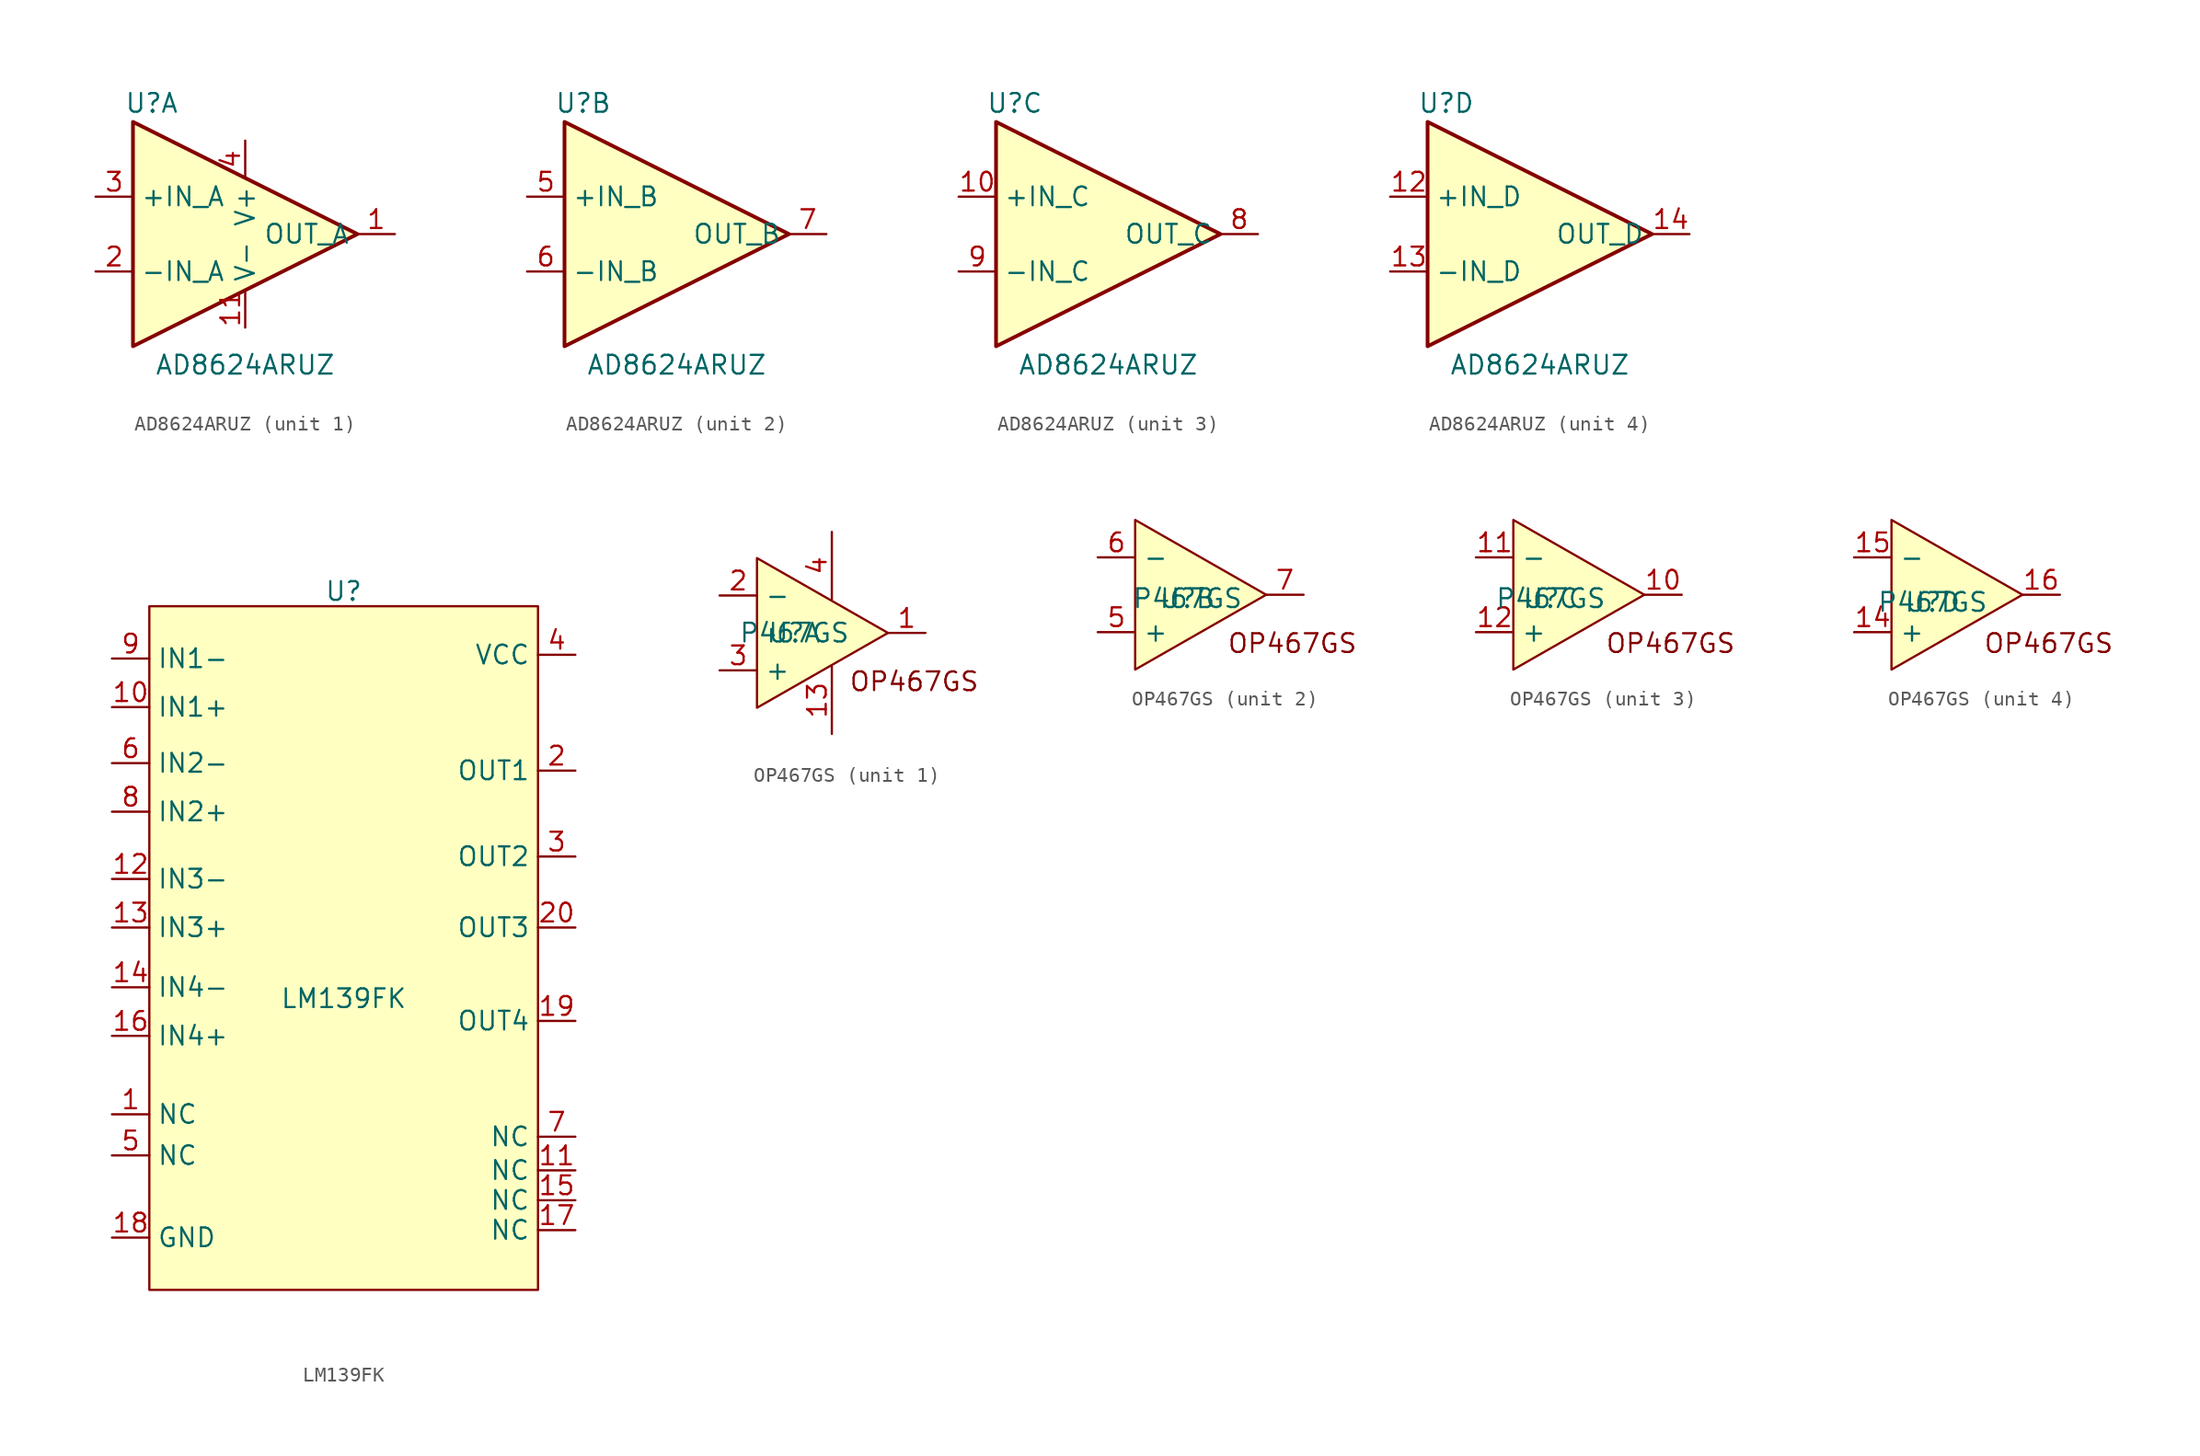
<source format=kicad_sym>
(kicad_symbol_lib
  (version 20231120)
  (generator "kicad_symbol_editor")
  (generator_version "8.0")
  (symbol "AD8624ARUZ"
    (property "Reference" "U"
      (at 0 1.27 0)
      (effects (font (size 1.27 1.27))))
    (property "Value" "AD8624ARUZ"
      (at 6.35 -16.51 0)
      (effects (font (size 1.27 1.27))))
    (property "ki_locked" ""
      (at 0 0 0)
      (effects (font (size 1.27 1.27))))
    (symbol "AD8624ARUZ_0_1"
      (polyline (pts (xy -1.27 0) (xy 13.97 -7.62) (xy -1.27 -15.24) (xy -1.27 0)) (stroke (width 0.254) (type default)) (fill (type background))))
    (symbol "AD8624ARUZ_1_1"
      (pin output line (at 16.51 -7.62 180) (length 2.54) (name "OUT_A" (effects (font (size 1.27 1.27)))) (number "1" (effects (font (size 1.27 1.27)))))
      (pin power_in line (at 6.35 -13.97 90) (length 2.54) (name "V-" (effects (font (size 1.27 1.27)))) (number "11" (effects (font (size 1.27 1.27)))))
      (pin input line (at -3.81 -10.16 0) (length 2.54) (name "-IN_A" (effects (font (size 1.27 1.27)))) (number "2" (effects (font (size 1.27 1.27)))))
      (pin input line (at -3.81 -5.08 0) (length 2.54) (name "+IN_A" (effects (font (size 1.27 1.27)))) (number "3" (effects (font (size 1.27 1.27)))))
      (pin power_in line (at 6.35 -1.27 270) (length 2.54) (name "V+" (effects (font (size 1.27 1.27)))) (number "4" (effects (font (size 1.27 1.27))))))
    (symbol "AD8624ARUZ_2_1"
      (pin input line (at -3.81 -5.08 0) (length 2.54) (name "+IN_B" (effects (font (size 1.27 1.27)))) (number "5" (effects (font (size 1.27 1.27)))))
      (pin input line (at -3.81 -10.16 0) (length 2.54) (name "-IN_B" (effects (font (size 1.27 1.27)))) (number "6" (effects (font (size 1.27 1.27)))))
      (pin output line (at 16.51 -7.62 180) (length 2.54) (name "OUT_B" (effects (font (size 1.27 1.27)))) (number "7" (effects (font (size 1.27 1.27))))))
    (symbol "AD8624ARUZ_3_1"
      (pin input line (at -3.81 -5.08 0) (length 2.54) (name "+IN_C" (effects (font (size 1.27 1.27)))) (number "10" (effects (font (size 1.27 1.27)))))
      (pin output line (at 16.51 -7.62 180) (length 2.54) (name "OUT_C" (effects (font (size 1.27 1.27)))) (number "8" (effects (font (size 1.27 1.27)))))
      (pin input line (at -3.81 -10.16 0) (length 2.54) (name "-IN_C" (effects (font (size 1.27 1.27)))) (number "9" (effects (font (size 1.27 1.27))))))
    (symbol "AD8624ARUZ_4_1"
      (pin input line (at -3.81 -5.08 0) (length 2.54) (name "+IN_D" (effects (font (size 1.27 1.27)))) (number "12" (effects (font (size 1.27 1.27)))))
      (pin input line (at -3.81 -10.16 0) (length 2.54) (name "-IN_D" (effects (font (size 1.27 1.27)))) (number "13" (effects (font (size 1.27 1.27)))))
      (pin output line (at 16.51 -7.62 180) (length 2.54) (name "OUT_D" (effects (font (size 1.27 1.27)))) (number "14" (effects (font (size 1.27 1.27)))))))
  (symbol "LM139FK"
    (property "Reference" "U"
      (at 0 24.13 0)
      (effects (font (size 1.27 1.27))))
    (property "Value" "LM139FK"
      (at 0 -3.556 0)
      (effects (font (size 1.27 1.27))))
    (symbol "LM139FK_1_1"
      (rectangle (start -13.208 23.114) (end 13.208 -23.368) (stroke (width 0) (type default)) (fill (type background)))
      (pin passive line (at -15.748 -11.43 0) (length 2.54) (name "NC" (effects (font (size 1.27 1.27)))) (number "1" (effects (font (size 1.27 1.27)))))
      (pin passive line (at -15.748 16.256 0) (length 2.54) (name "IN1+" (effects (font (size 1.27 1.27)))) (number "10" (effects (font (size 1.27 1.27)))))
      (pin passive line (at 15.748 -15.24 180) (length 2.54) (name "NC" (effects (font (size 1.27 1.27)))) (number "11" (effects (font (size 1.27 1.27)))))
      (pin passive line (at -15.748 4.572 0) (length 2.54) (name "IN3-" (effects (font (size 1.27 1.27)))) (number "12" (effects (font (size 1.27 1.27)))))
      (pin passive line (at -15.748 1.27 0) (length 2.54) (name "IN3+" (effects (font (size 1.27 1.27)))) (number "13" (effects (font (size 1.27 1.27)))))
      (pin passive line (at -15.748 -2.794 0) (length 2.54) (name "IN4-" (effects (font (size 1.27 1.27)))) (number "14" (effects (font (size 1.27 1.27)))))
      (pin passive line (at 15.748 -17.272 180) (length 2.54) (name "NC" (effects (font (size 1.27 1.27)))) (number "15" (effects (font (size 1.27 1.27)))))
      (pin passive line (at -15.748 -6.096 0) (length 2.54) (name "IN4+" (effects (font (size 1.27 1.27)))) (number "16" (effects (font (size 1.27 1.27)))))
      (pin passive line (at 15.748 -19.304 180) (length 2.54) (name "NC" (effects (font (size 1.27 1.27)))) (number "17" (effects (font (size 1.27 1.27)))))
      (pin passive line (at -15.748 -19.812 0) (length 2.54) (name "GND" (effects (font (size 1.27 1.27)))) (number "18" (effects (font (size 1.27 1.27)))))
      (pin passive line (at 15.748 -5.08 180) (length 2.54) (name "OUT4" (effects (font (size 1.27 1.27)))) (number "19" (effects (font (size 1.27 1.27)))))
      (pin passive line (at 15.748 11.938 180) (length 2.54) (name "OUT1" (effects (font (size 1.27 1.27)))) (number "2" (effects (font (size 1.27 1.27)))))
      (pin passive line (at 15.748 1.27 180) (length 2.54) (name "OUT3" (effects (font (size 1.27 1.27)))) (number "20" (effects (font (size 1.27 1.27)))))
      (pin passive line (at 15.748 6.096 180) (length 2.54) (name "OUT2" (effects (font (size 1.27 1.27)))) (number "3" (effects (font (size 1.27 1.27)))))
      (pin passive line (at 15.748 19.812 180) (length 2.54) (name "VCC" (effects (font (size 1.27 1.27)))) (number "4" (effects (font (size 1.27 1.27)))))
      (pin passive line (at -15.748 -14.224 0) (length 2.54) (name "NC" (effects (font (size 1.27 1.27)))) (number "5" (effects (font (size 1.27 1.27)))))
      (pin passive line (at -15.748 12.446 0) (length 2.54) (name "IN2-" (effects (font (size 1.27 1.27)))) (number "6" (effects (font (size 1.27 1.27)))))
      (pin passive line (at 15.748 -12.954 180) (length 2.54) (name "NC" (effects (font (size 1.27 1.27)))) (number "7" (effects (font (size 1.27 1.27)))))
      (pin passive line (at -15.748 9.144 0) (length 2.54) (name "IN2+" (effects (font (size 1.27 1.27)))) (number "8" (effects (font (size 1.27 1.27)))))
      (pin passive line (at -15.748 19.558 0) (length 2.54) (name "IN1-" (effects (font (size 1.27 1.27)))) (number "9" (effects (font (size 1.27 1.27)))))))
  (symbol "OP467GS"
    (property "Reference" "U"
      (at 0 0 0)
      (effects (font (size 1.27 1.27))))
    (property "Value" "P467GS"
      (at 0 0 0)
      (effects (font (size 1.27 1.27))))
    (property "ki_locked" ""
      (at 0 0 0)
      (effects (font (size 1.27 1.27))))
    (symbol "OP467GS_1_1"
      (polyline (pts (xy -2.54 0) (xy -2.54 5.08) (xy 6.35 0) (xy -2.54 -5.08) (xy -2.54 0) (xy -2.54 0)) (stroke (width 0) (type default)) (fill (type background)))
      (text "OP467GS" (at 8.128 -3.302 0) (effects (font (size 1.27 1.27))))
      (pin output line (at 8.89 0 180) (length 2.54) (name "" (effects (font (size 1.27 1.27)))) (number "1" (effects (font (size 1.27 1.27)))))
      (pin passive line (at 2.54 -6.858 90) (length 4.572) (name "" (effects (font (size 1.27 1.27)))) (number "13" (effects (font (size 1.27 1.27)))))
      (pin input line (at -5.08 2.54 0) (length 2.54) (name "-" (effects (font (size 1.27 1.27)))) (number "2" (effects (font (size 1.27 1.27)))))
      (pin input line (at -5.08 -2.54 0) (length 2.54) (name "+" (effects (font (size 1.27 1.27)))) (number "3" (effects (font (size 1.27 1.27)))))
      (pin passive line (at 2.54 6.858 270) (length 4.572) (name "" (effects (font (size 1.27 1.27)))) (number "4" (effects (font (size 1.27 1.27))))))
    (symbol "OP467GS_2_1"
      (polyline (pts (xy -3.556 0.254) (xy -3.556 5.334) (xy 5.334 0.254) (xy -3.556 -4.826) (xy -3.556 0.254) (xy -3.556 0.254)) (stroke (width 0) (type default)) (fill (type background)))
      (text "OP467GS" (at 7.112 -3.048 0) (effects (font (size 1.27 1.27))))
      (pin input line (at -6.096 -2.286 0) (length 2.54) (name "+" (effects (font (size 1.27 1.27)))) (number "5" (effects (font (size 1.27 1.27)))))
      (pin input line (at -6.096 2.794 0) (length 2.54) (name "-" (effects (font (size 1.27 1.27)))) (number "6" (effects (font (size 1.27 1.27)))))
      (pin output line (at 7.874 0.254 180) (length 2.54) (name "" (effects (font (size 1.27 1.27)))) (number "7" (effects (font (size 1.27 1.27))))))
    (symbol "OP467GS_3_1"
      (polyline (pts (xy -2.54 0.254) (xy -2.54 5.334) (xy 6.35 0.254) (xy -2.54 -4.826) (xy -2.54 0.254) (xy -2.54 0.254)) (stroke (width 0) (type default)) (fill (type background)))
      (text "OP467GS" (at 8.128 -3.048 0) (effects (font (size 1.27 1.27))))
      (pin output line (at 8.89 0.254 180) (length 2.54) (name "" (effects (font (size 1.27 1.27)))) (number "10" (effects (font (size 1.27 1.27)))))
      (pin input line (at -5.08 2.794 0) (length 2.54) (name "-" (effects (font (size 1.27 1.27)))) (number "11" (effects (font (size 1.27 1.27)))))
      (pin input line (at -5.08 -2.286 0) (length 2.54) (name "+" (effects (font (size 1.27 1.27)))) (number "12" (effects (font (size 1.27 1.27))))))
    (symbol "OP467GS_4_1"
      (polyline (pts (xy -2.794 0.508) (xy -2.794 5.588) (xy 6.096 0.508) (xy -2.794 -4.572) (xy -2.794 0.508) (xy -2.794 0.508)) (stroke (width 0) (type default)) (fill (type background)))
      (text "OP467GS" (at 7.874 -2.794 0) (effects (font (size 1.27 1.27))))
      (pin input line (at -5.334 -2.032 0) (length 2.54) (name "+" (effects (font (size 1.27 1.27)))) (number "14" (effects (font (size 1.27 1.27)))))
      (pin input line (at -5.334 3.048 0) (length 2.54) (name "-" (effects (font (size 1.27 1.27)))) (number "15" (effects (font (size 1.27 1.27)))))
      (pin output line (at 8.636 0.508 180) (length 2.54) (name "" (effects (font (size 1.27 1.27)))) (number "16" (effects (font (size 1.27 1.27))))))))
</source>
